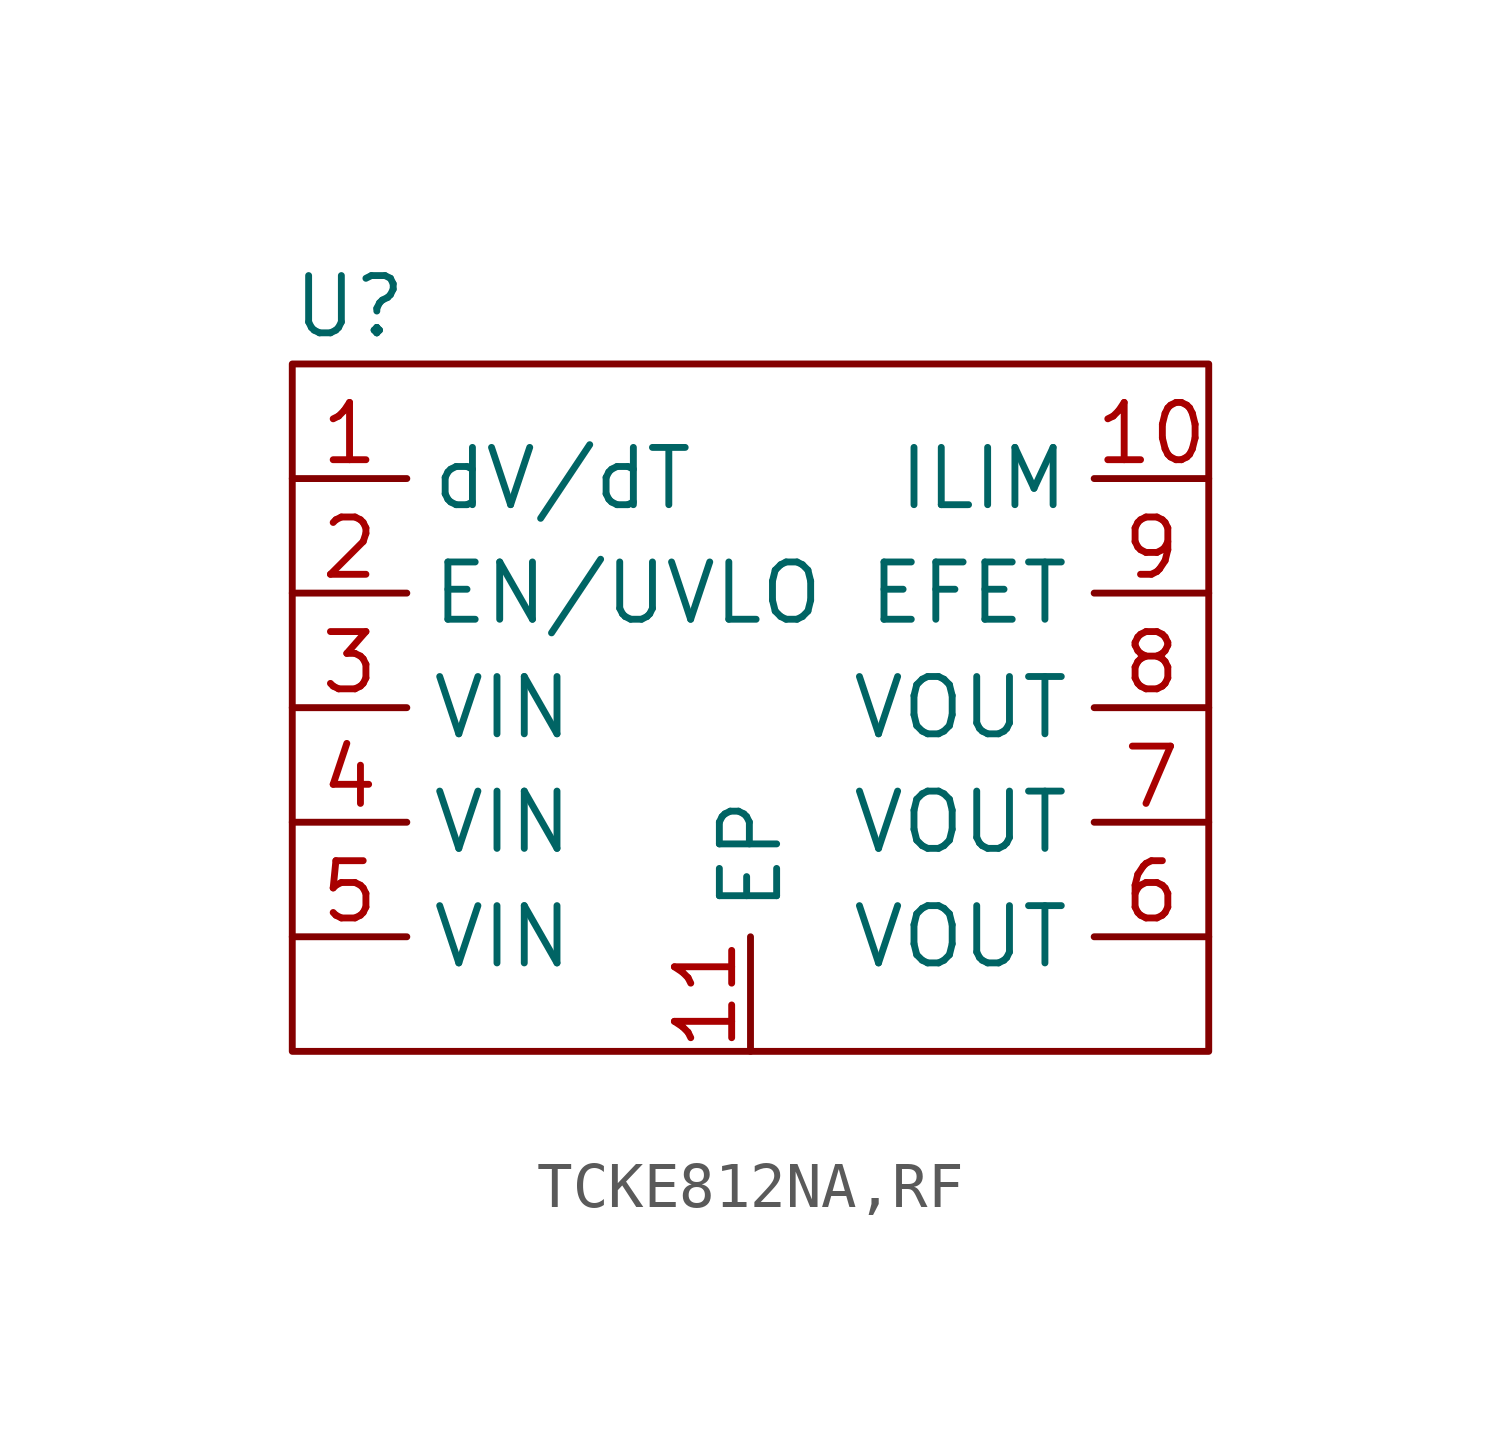
<source format=kicad_sym>
(kicad_symbol_lib
  (version 20220914)
  (generator kicad_symbol_editor)
  (symbol "TCKE812NA,RF"
    (property "Reference" "U"
      (at -7.62 0 0)
      (effects (font (size 1.27 1.27))))
    (property "Value" ""
      (at 0 0 0)
      (effects (font (size 1.27 1.27))))
    (symbol "TCKE812NA,RF_0_1"
      (rectangle (start -8.89 -1.27) (end 11.43 -16.51) (stroke (width 0) (type default)) (fill (type none))))
    (symbol "TCKE812NA,RF_1_0"
      (pin input line (at 11.43 -3.81 180) (length 2.54) (name "ILIM" (effects (font (size 1.27 1.27)))) (number "10" (effects (font (size 1.27 1.27)))))
      (pin input line (at 11.43 -6.35 180) (length 2.54) (name "EFET" (effects (font (size 1.27 1.27)))) (number "9" (effects (font (size 1.27 1.27))))))
    (symbol "TCKE812NA,RF_1_1"
      (pin input line (at -8.89 -3.81 0) (length 2.54) (name "dV/dT" (effects (font (size 1.27 1.27)))) (number "1" (effects (font (size 1.27 1.27)))))
      (pin power_out line (at 1.27 -16.51 90) (length 2.54) (name "EP" (effects (font (size 1.27 1.27)))) (number "11" (effects (font (size 1.27 1.27)))))
      (pin input line (at -8.89 -6.35 0) (length 2.54) (name "EN/UVLO" (effects (font (size 1.27 1.27)))) (number "2" (effects (font (size 1.27 1.27)))))
      (pin power_in line (at -8.89 -8.89 0) (length 2.54) (name "VIN" (effects (font (size 1.27 1.27)))) (number "3" (effects (font (size 1.27 1.27)))))
      (pin power_in line (at -8.89 -11.43 0) (length 2.54) (name "VIN" (effects (font (size 1.27 1.27)))) (number "4" (effects (font (size 1.27 1.27)))))
      (pin power_in line (at -8.89 -13.97 0) (length 2.54) (name "VIN" (effects (font (size 1.27 1.27)))) (number "5" (effects (font (size 1.27 1.27)))))
      (pin power_out line (at 11.43 -13.97 180) (length 2.54) (name "VOUT" (effects (font (size 1.27 1.27)))) (number "6" (effects (font (size 1.27 1.27)))))
      (pin power_out line (at 11.43 -11.43 180) (length 2.54) (name "VOUT" (effects (font (size 1.27 1.27)))) (number "7" (effects (font (size 1.27 1.27)))))
      (pin power_out line (at 11.43 -8.89 180) (length 2.54) (name "VOUT" (effects (font (size 1.27 1.27)))) (number "8" (effects (font (size 1.27 1.27))))))))
</source>
